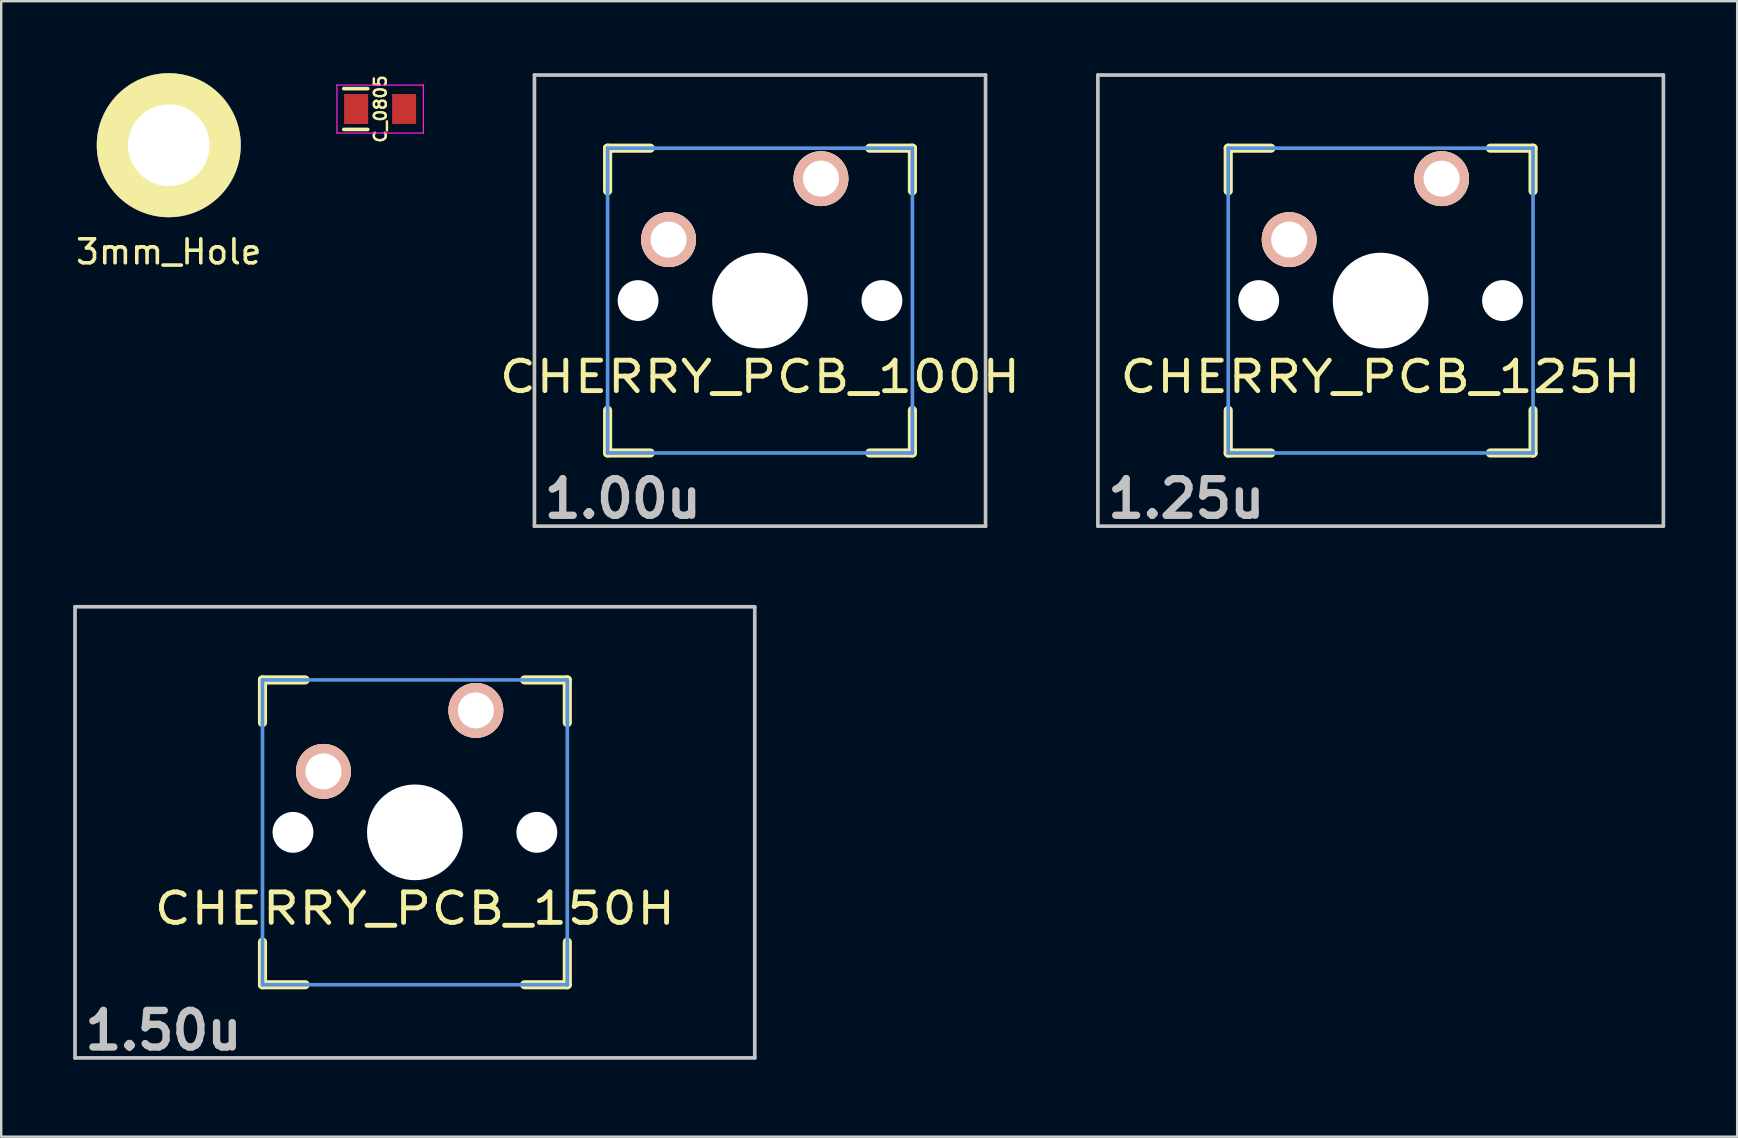
<source format=kicad_pcb>
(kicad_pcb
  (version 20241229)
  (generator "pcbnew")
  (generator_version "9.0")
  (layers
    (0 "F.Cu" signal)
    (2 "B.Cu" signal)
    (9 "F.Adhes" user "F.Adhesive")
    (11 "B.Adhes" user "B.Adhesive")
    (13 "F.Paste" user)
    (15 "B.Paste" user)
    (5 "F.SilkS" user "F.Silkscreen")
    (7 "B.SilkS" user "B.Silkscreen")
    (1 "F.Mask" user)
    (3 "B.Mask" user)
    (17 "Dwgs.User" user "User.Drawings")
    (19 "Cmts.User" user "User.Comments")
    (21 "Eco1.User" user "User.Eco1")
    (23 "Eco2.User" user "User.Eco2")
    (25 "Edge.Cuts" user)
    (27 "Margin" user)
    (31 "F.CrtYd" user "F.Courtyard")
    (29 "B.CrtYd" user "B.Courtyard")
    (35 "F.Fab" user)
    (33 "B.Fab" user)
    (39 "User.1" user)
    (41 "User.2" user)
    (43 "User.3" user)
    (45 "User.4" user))
  (footprint "CHERRY_PCB_150H"
    (layer "F.Cu")
    (at 14.237 31.63)
    (property "Reference" "CHERRY_PCB_150H" (at 0 3.175 0) (layer "F.SilkS") (effects (font (size 1.27 1.524) (thickness 0.203))))
    (attr through_hole)
    (fp_line (start -6.35 -6.35) (end -4.572 -6.35) (stroke (width 0.381) (type solid)) (layer "F.SilkS"))
    (fp_line (start -6.35 -4.572) (end -6.35 -6.35) (stroke (width 0.381) (type solid)) (layer "F.SilkS"))
    (fp_line (start -6.35 6.35) (end -6.35 4.572) (stroke (width 0.381) (type solid)) (layer "F.SilkS"))
    (fp_line (start -4.572 6.35) (end -6.35 6.35) (stroke (width 0.381) (type solid)) (layer "F.SilkS"))
    (fp_line (start 4.572 -6.35) (end 6.35 -6.35) (stroke (width 0.381) (type solid)) (layer "F.SilkS"))
    (fp_line (start 6.35 -6.35) (end 6.35 -4.572) (stroke (width 0.381) (type solid)) (layer "F.SilkS"))
    (fp_line (start 6.35 4.572) (end 6.35 6.35) (stroke (width 0.381) (type solid)) (layer "F.SilkS"))
    (fp_line (start 6.35 6.35) (end 4.572 6.35) (stroke (width 0.381) (type solid)) (layer "F.SilkS"))
    (fp_line (start -14.161 -9.398) (end 14.161 -9.398) (stroke (width 0.152) (type solid)) (layer "Dwgs.User"))
    (fp_line (start -14.161 9.398) (end -14.161 -9.398) (stroke (width 0.152) (type solid)) (layer "Dwgs.User"))
    (fp_line (start 14.161 -9.398) (end 14.161 9.398) (stroke (width 0.152) (type solid)) (layer "Dwgs.User"))
    (fp_line (start 14.161 9.398) (end -14.161 9.398) (stroke (width 0.152) (type solid)) (layer "Dwgs.User"))
    (fp_line (start -6.35 -6.35) (end 6.35 -6.35) (stroke (width 0.152) (type solid)) (layer "Cmts.User"))
    (fp_line (start -6.35 6.35) (end -6.35 -6.35) (stroke (width 0.152) (type solid)) (layer "Cmts.User"))
    (fp_line (start 6.35 -6.35) (end 6.35 6.35) (stroke (width 0.152) (type solid)) (layer "Cmts.User"))
    (fp_line (start 6.35 6.35) (end -6.35 6.35) (stroke (width 0.152) (type solid)) (layer "Cmts.User"))
    (fp_line (start -6.985 -6.985) (end 6.985 -6.985) (stroke (width 0.152) (type solid)) (layer "Eco2.User"))
    (fp_line (start -6.985 6.985) (end -6.985 -6.985) (stroke (width 0.152) (type solid)) (layer "Eco2.User"))
    (fp_line (start 6.985 -6.985) (end 6.985 6.985) (stroke (width 0.152) (type solid)) (layer "Eco2.User"))
    (fp_line (start 6.985 6.985) (end -6.985 6.985) (stroke (width 0.152) (type solid)) (layer "Eco2.User"))
    (fp_text user "1.50u" (at -10.477 8.255 0) (layer "Dwgs.User") (effects (font (size 1.524 1.524) (thickness 0.305))))
    (pad "" np_thru_hole circle (at -5.08 0) (size 1.702 1.702) (drill 1.702) (layers "*.Cu"))
    (pad "" np_thru_hole circle (at 0 0) (size 3.988 3.988) (drill 3.988) (layers "*.Cu"))
    (pad "" np_thru_hole circle (at 5.08 0) (size 1.702 1.702) (drill 1.702) (layers "*.Cu"))
    (pad "1" thru_hole circle (at 2.54 -5.08) (size 2.286 2.286) (drill 1.499) (layers "*.Cu" "*.SilkS" "*.Mask"))
    (pad "2" thru_hole circle (at -3.81 -2.54) (size 2.286 2.286) (drill 1.499) (layers "*.Cu" "*.SilkS" "*.Mask")))
  (footprint "3mm_Hole"
    (layer "F.Cu")
    (at 3.982 3)
    (property "Reference" "3mm_Hole" (at 0 4.445 0) (layer "F.SilkS") (effects (font (size 1 1) (thickness 0.15))))
    (attr through_hole)
    (pad "" np_thru_hole circle (at 0 0) (size 6 6) (drill 3.4) (layers "*.Cu" "*.Mask" "F.SilkS")))
  (footprint "CHERRY_PCB_125H"
    (layer "F.Cu")
    (at 54.475 9.474)
    (property "Reference" "CHERRY_PCB_125H" (at 0 3.175 0) (layer "F.SilkS") (effects (font (size 1.27 1.524) (thickness 0.203))))
    (attr through_hole)
    (fp_line (start -6.35 -6.35) (end -4.572 -6.35) (stroke (width 0.381) (type solid)) (layer "F.SilkS"))
    (fp_line (start -6.35 -4.572) (end -6.35 -6.35) (stroke (width 0.381) (type solid)) (layer "F.SilkS"))
    (fp_line (start -6.35 6.35) (end -6.35 4.572) (stroke (width 0.381) (type solid)) (layer "F.SilkS"))
    (fp_line (start -4.572 6.35) (end -6.35 6.35) (stroke (width 0.381) (type solid)) (layer "F.SilkS"))
    (fp_line (start 4.572 -6.35) (end 6.35 -6.35) (stroke (width 0.381) (type solid)) (layer "F.SilkS"))
    (fp_line (start 6.35 -6.35) (end 6.35 -4.572) (stroke (width 0.381) (type solid)) (layer "F.SilkS"))
    (fp_line (start 6.35 4.572) (end 6.35 6.35) (stroke (width 0.381) (type solid)) (layer "F.SilkS"))
    (fp_line (start 6.35 6.35) (end 4.572 6.35) (stroke (width 0.381) (type solid)) (layer "F.SilkS"))
    (fp_line (start -11.781 -9.398) (end 11.781 -9.398) (stroke (width 0.152) (type solid)) (layer "Dwgs.User"))
    (fp_line (start -11.781 9.398) (end -11.781 -9.398) (stroke (width 0.152) (type solid)) (layer "Dwgs.User"))
    (fp_line (start 11.781 -9.398) (end 11.781 9.398) (stroke (width 0.152) (type solid)) (layer "Dwgs.User"))
    (fp_line (start 11.781 9.398) (end -11.781 9.398) (stroke (width 0.152) (type solid)) (layer "Dwgs.User"))
    (fp_line (start -6.35 -6.35) (end 6.35 -6.35) (stroke (width 0.152) (type solid)) (layer "Cmts.User"))
    (fp_line (start -6.35 6.35) (end -6.35 -6.35) (stroke (width 0.152) (type solid)) (layer "Cmts.User"))
    (fp_line (start 6.35 -6.35) (end 6.35 6.35) (stroke (width 0.152) (type solid)) (layer "Cmts.User"))
    (fp_line (start 6.35 6.35) (end -6.35 6.35) (stroke (width 0.152) (type solid)) (layer "Cmts.User"))
    (fp_line (start -6.985 -6.985) (end 6.985 -6.985) (stroke (width 0.152) (type solid)) (layer "Eco2.User"))
    (fp_line (start -6.985 6.985) (end -6.985 -6.985) (stroke (width 0.152) (type solid)) (layer "Eco2.User"))
    (fp_line (start 6.985 -6.985) (end 6.985 6.985) (stroke (width 0.152) (type solid)) (layer "Eco2.User"))
    (fp_line (start 6.985 6.985) (end -6.985 6.985) (stroke (width 0.152) (type solid)) (layer "Eco2.User"))
    (fp_text user "1.25u" (at -8.098 8.255 0) (layer "Dwgs.User") (effects (font (size 1.524 1.524) (thickness 0.305))))
    (pad "" np_thru_hole circle (at -5.08 0) (size 1.702 1.702) (drill 1.702) (layers "*.Cu"))
    (pad "" np_thru_hole circle (at 0 0) (size 3.988 3.988) (drill 3.988) (layers "*.Cu"))
    (pad "" np_thru_hole circle (at 5.08 0) (size 1.702 1.702) (drill 1.702) (layers "*.Cu"))
    (pad "1" thru_hole circle (at 2.54 -5.08) (size 2.286 2.286) (drill 1.499) (layers "*.Cu" "*.SilkS" "*.Mask"))
    (pad "2" thru_hole circle (at -3.81 -2.54) (size 2.286 2.286) (drill 1.499) (layers "*.Cu" "*.SilkS" "*.Mask")))
  (footprint "C_0805"
    (layer "F.Cu")
    (at 12.789 1.493)
    (property "Reference" "C_0805" (at 0.01 0 90) (layer "F.SilkS") (effects (font (size 0.5 0.5) (thickness 0.1))))
    (attr smd)
    (fp_line (start -1.516 0.85) (end -0.516 0.85) (stroke (width 0.15) (type solid)) (layer "F.SilkS"))
    (fp_line (start -0.516 -0.85) (end -1.516 -0.85) (stroke (width 0.15) (type solid)) (layer "F.SilkS"))
    (fp_line (start -1.8 -1) (end -1.8 1) (stroke (width 0.05) (type solid)) (layer "F.CrtYd"))
    (fp_line (start -1.8 -1) (end 1.8 -1) (stroke (width 0.05) (type solid)) (layer "F.CrtYd"))
    (fp_line (start -1.8 1) (end 1.8 1) (stroke (width 0.05) (type solid)) (layer "F.CrtYd"))
    (fp_line (start 1.8 -1) (end 1.8 1) (stroke (width 0.05) (type solid)) (layer "F.CrtYd"))
    (pad "1" smd rect (at -1 0) (size 1 1.25) (layers "F.Cu" "F.Mask" "F.Paste"))
    (pad "2" smd rect (at 1 0) (size 1 1.25) (layers "F.Cu" "F.Mask" "F.Paste")))
  (footprint "CHERRY_PCB_100H"
    (layer "F.Cu")
    (at 28.616 9.474)
    (property "Reference" "CHERRY_PCB_100H" (at 0 3.175 0) (layer "F.SilkS") (effects (font (size 1.27 1.524) (thickness 0.203))))
    (attr through_hole)
    (fp_line (start -6.35 -6.35) (end -4.572 -6.35) (stroke (width 0.381) (type solid)) (layer "F.SilkS"))
    (fp_line (start -6.35 -4.572) (end -6.35 -6.35) (stroke (width 0.381) (type solid)) (layer "F.SilkS"))
    (fp_line (start -6.35 6.35) (end -6.35 4.572) (stroke (width 0.381) (type solid)) (layer "F.SilkS"))
    (fp_line (start -4.572 6.35) (end -6.35 6.35) (stroke (width 0.381) (type solid)) (layer "F.SilkS"))
    (fp_line (start 4.572 -6.35) (end 6.35 -6.35) (stroke (width 0.381) (type solid)) (layer "F.SilkS"))
    (fp_line (start 6.35 -6.35) (end 6.35 -4.572) (stroke (width 0.381) (type solid)) (layer "F.SilkS"))
    (fp_line (start 6.35 4.572) (end 6.35 6.35) (stroke (width 0.381) (type solid)) (layer "F.SilkS"))
    (fp_line (start 6.35 6.35) (end 4.572 6.35) (stroke (width 0.381) (type solid)) (layer "F.SilkS"))
    (fp_line (start -9.398 -9.398) (end 9.398 -9.398) (stroke (width 0.152) (type solid)) (layer "Dwgs.User"))
    (fp_line (start -9.398 9.398) (end -9.398 -9.398) (stroke (width 0.152) (type solid)) (layer "Dwgs.User"))
    (fp_line (start 9.398 -9.398) (end 9.398 9.398) (stroke (width 0.152) (type solid)) (layer "Dwgs.User"))
    (fp_line (start 9.398 9.398) (end -9.398 9.398) (stroke (width 0.152) (type solid)) (layer "Dwgs.User"))
    (fp_line (start -6.35 -6.35) (end 6.35 -6.35) (stroke (width 0.152) (type solid)) (layer "Cmts.User"))
    (fp_line (start -6.35 6.35) (end -6.35 -6.35) (stroke (width 0.152) (type solid)) (layer "Cmts.User"))
    (fp_line (start 6.35 -6.35) (end 6.35 6.35) (stroke (width 0.152) (type solid)) (layer "Cmts.User"))
    (fp_line (start 6.35 6.35) (end -6.35 6.35) (stroke (width 0.152) (type solid)) (layer "Cmts.User"))
    (fp_line (start -6.985 -6.985) (end 6.985 -6.985) (stroke (width 0.152) (type solid)) (layer "Eco2.User"))
    (fp_line (start -6.985 6.985) (end -6.985 -6.985) (stroke (width 0.152) (type solid)) (layer "Eco2.User"))
    (fp_line (start 6.985 -6.985) (end 6.985 6.985) (stroke (width 0.152) (type solid)) (layer "Eco2.User"))
    (fp_line (start 6.985 6.985) (end -6.985 6.985) (stroke (width 0.152) (type solid)) (layer "Eco2.User"))
    (fp_text user "1.00u" (at -5.715 8.255 0) (layer "Dwgs.User") (effects (font (size 1.524 1.524) (thickness 0.305))))
    (pad "" np_thru_hole circle (at -5.08 0) (size 1.702 1.702) (drill 1.702) (layers "*.Cu"))
    (pad "" np_thru_hole circle (at 0 0) (size 3.988 3.988) (drill 3.988) (layers "*.Cu"))
    (pad "" np_thru_hole circle (at 5.08 0) (size 1.702 1.702) (drill 1.702) (layers "*.Cu"))
    (pad "1" thru_hole circle (at 2.54 -5.08) (size 2.286 2.286) (drill 1.499) (layers "*.Cu" "*.SilkS" "*.Mask"))
    (pad "2" thru_hole circle (at -3.81 -2.54) (size 2.286 2.286) (drill 1.499) (layers "*.Cu" "*.SilkS" "*.Mask")))
  (gr_rect
    (start -3 -3)
    (end 69.331 44.311)
    (stroke (width 0.1) (type default))
    (fill no)
    (layer "Edge.Cuts")))
</source>
